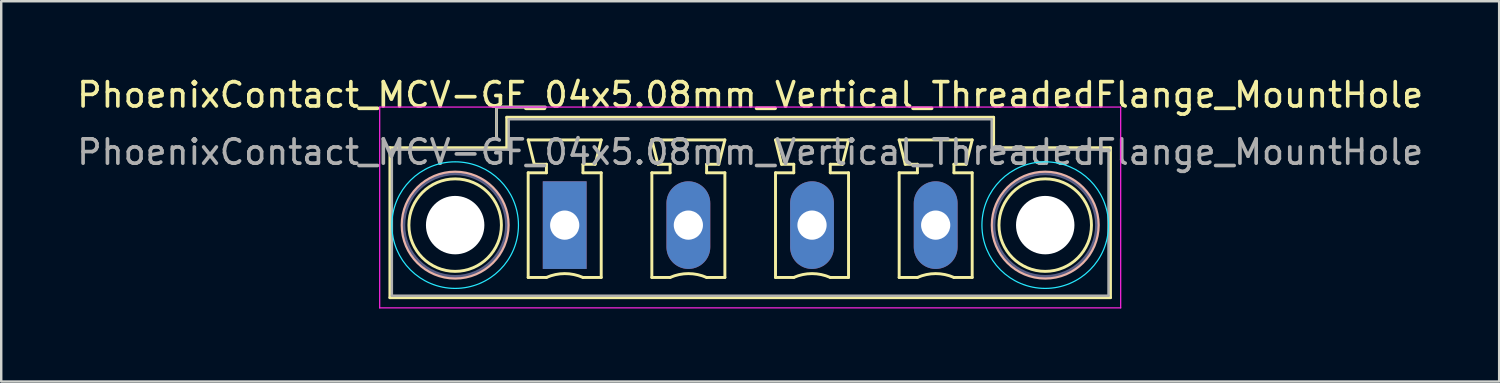
<source format=kicad_pcb>
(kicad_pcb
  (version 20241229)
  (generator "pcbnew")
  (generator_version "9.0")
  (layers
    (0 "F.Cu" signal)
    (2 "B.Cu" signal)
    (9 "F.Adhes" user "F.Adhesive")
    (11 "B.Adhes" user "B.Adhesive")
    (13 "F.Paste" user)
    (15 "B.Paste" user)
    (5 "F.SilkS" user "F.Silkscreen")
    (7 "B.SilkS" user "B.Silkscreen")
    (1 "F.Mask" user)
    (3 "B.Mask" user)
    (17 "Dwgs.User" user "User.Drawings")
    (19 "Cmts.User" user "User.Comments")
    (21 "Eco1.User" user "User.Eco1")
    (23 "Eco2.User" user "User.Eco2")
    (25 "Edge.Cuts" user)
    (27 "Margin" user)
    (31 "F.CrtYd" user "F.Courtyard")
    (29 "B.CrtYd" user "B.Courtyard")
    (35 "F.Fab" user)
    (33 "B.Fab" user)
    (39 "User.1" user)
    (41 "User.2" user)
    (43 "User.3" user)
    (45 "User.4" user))
  (footprint "PhoenixContact_MCV-GF_04x5.08mm_Vertical_ThreadedFlange_MountHole"
    (layer "F.Cu")
    (at 20.148 6.198)
    (property "Reference" "PhoenixContact_MCV-GF_04x5.08mm_Vertical_ThreadedFlange_MountHole" (at 7.62 -5.35 0) (layer "F.SilkS") (effects (font (size 1 1) (thickness 0.15))))
    (attr through_hole)
    (fp_line (start -7.18 -3.18) (end -7.18 2.98) (stroke (width 0.12) (type solid)) (layer "F.SilkS"))
    (fp_line (start -7.18 2.98) (end 22.42 2.98) (stroke (width 0.12) (type solid)) (layer "F.SilkS"))
    (fp_line (start -2.8 -4.85) (end -0.8 -4.85) (stroke (width 0.12) (type solid)) (layer "F.SilkS"))
    (fp_line (start -2.8 -3.6) (end -2.8 -4.85) (stroke (width 0.12) (type solid)) (layer "F.SilkS"))
    (fp_line (start -2.38 -4.43) (end -2.38 -3.18) (stroke (width 0.12) (type solid)) (layer "F.SilkS"))
    (fp_line (start -2.38 -3.18) (end -7.18 -3.18) (stroke (width 0.12) (type solid)) (layer "F.SilkS"))
    (fp_line (start -1.5 -3.5) (end 1.5 -3.5) (stroke (width 0.12) (type solid)) (layer "F.SilkS"))
    (fp_line (start -1.5 -2.15) (end -0.75 -2.15) (stroke (width 0.12) (type solid)) (layer "F.SilkS"))
    (fp_line (start -1.5 2.15) (end -1.5 -2.15) (stroke (width 0.12) (type solid)) (layer "F.SilkS"))
    (fp_line (start -1.25 -2.5) (end -1.5 -3.5) (stroke (width 0.12) (type solid)) (layer "F.SilkS"))
    (fp_line (start -0.75 -2.5) (end -1.25 -2.5) (stroke (width 0.12) (type solid)) (layer "F.SilkS"))
    (fp_line (start -0.75 -2.15) (end -0.75 -2.5) (stroke (width 0.12) (type solid)) (layer "F.SilkS"))
    (fp_line (start -0.75 2.15) (end -1.5 2.15) (stroke (width 0.12) (type solid)) (layer "F.SilkS"))
    (fp_line (start 0.75 -2.5) (end 0.75 -2.15) (stroke (width 0.12) (type solid)) (layer "F.SilkS"))
    (fp_line (start 0.75 -2.15) (end 1.5 -2.15) (stroke (width 0.12) (type solid)) (layer "F.SilkS"))
    (fp_line (start 1.25 -2.5) (end 0.75 -2.5) (stroke (width 0.12) (type solid)) (layer "F.SilkS"))
    (fp_line (start 1.5 -3.5) (end 1.25 -2.5) (stroke (width 0.12) (type solid)) (layer "F.SilkS"))
    (fp_line (start 1.5 -2.15) (end 1.5 2.15) (stroke (width 0.12) (type solid)) (layer "F.SilkS"))
    (fp_line (start 1.5 2.15) (end 0.75 2.15) (stroke (width 0.12) (type solid)) (layer "F.SilkS"))
    (fp_line (start 3.58 -3.5) (end 6.58 -3.5) (stroke (width 0.12) (type solid)) (layer "F.SilkS"))
    (fp_line (start 3.58 -2.15) (end 4.33 -2.15) (stroke (width 0.12) (type solid)) (layer "F.SilkS"))
    (fp_line (start 3.58 2.15) (end 3.58 -2.15) (stroke (width 0.12) (type solid)) (layer "F.SilkS"))
    (fp_line (start 3.83 -2.5) (end 3.58 -3.5) (stroke (width 0.12) (type solid)) (layer "F.SilkS"))
    (fp_line (start 4.33 -2.5) (end 3.83 -2.5) (stroke (width 0.12) (type solid)) (layer "F.SilkS"))
    (fp_line (start 4.33 -2.15) (end 4.33 -2.5) (stroke (width 0.12) (type solid)) (layer "F.SilkS"))
    (fp_line (start 4.33 2.15) (end 3.58 2.15) (stroke (width 0.12) (type solid)) (layer "F.SilkS"))
    (fp_line (start 5.83 -2.5) (end 5.83 -2.15) (stroke (width 0.12) (type solid)) (layer "F.SilkS"))
    (fp_line (start 5.83 -2.15) (end 6.58 -2.15) (stroke (width 0.12) (type solid)) (layer "F.SilkS"))
    (fp_line (start 6.33 -2.5) (end 5.83 -2.5) (stroke (width 0.12) (type solid)) (layer "F.SilkS"))
    (fp_line (start 6.58 -3.5) (end 6.33 -2.5) (stroke (width 0.12) (type solid)) (layer "F.SilkS"))
    (fp_line (start 6.58 -2.15) (end 6.58 2.15) (stroke (width 0.12) (type solid)) (layer "F.SilkS"))
    (fp_line (start 6.58 2.15) (end 5.83 2.15) (stroke (width 0.12) (type solid)) (layer "F.SilkS"))
    (fp_line (start 8.66 -3.5) (end 11.66 -3.5) (stroke (width 0.12) (type solid)) (layer "F.SilkS"))
    (fp_line (start 8.66 -2.15) (end 9.41 -2.15) (stroke (width 0.12) (type solid)) (layer "F.SilkS"))
    (fp_line (start 8.66 2.15) (end 8.66 -2.15) (stroke (width 0.12) (type solid)) (layer "F.SilkS"))
    (fp_line (start 8.91 -2.5) (end 8.66 -3.5) (stroke (width 0.12) (type solid)) (layer "F.SilkS"))
    (fp_line (start 9.41 -2.5) (end 8.91 -2.5) (stroke (width 0.12) (type solid)) (layer "F.SilkS"))
    (fp_line (start 9.41 -2.15) (end 9.41 -2.5) (stroke (width 0.12) (type solid)) (layer "F.SilkS"))
    (fp_line (start 9.41 2.15) (end 8.66 2.15) (stroke (width 0.12) (type solid)) (layer "F.SilkS"))
    (fp_line (start 10.91 -2.5) (end 10.91 -2.15) (stroke (width 0.12) (type solid)) (layer "F.SilkS"))
    (fp_line (start 10.91 -2.15) (end 11.66 -2.15) (stroke (width 0.12) (type solid)) (layer "F.SilkS"))
    (fp_line (start 11.41 -2.5) (end 10.91 -2.5) (stroke (width 0.12) (type solid)) (layer "F.SilkS"))
    (fp_line (start 11.66 -3.5) (end 11.41 -2.5) (stroke (width 0.12) (type solid)) (layer "F.SilkS"))
    (fp_line (start 11.66 -2.15) (end 11.66 2.15) (stroke (width 0.12) (type solid)) (layer "F.SilkS"))
    (fp_line (start 11.66 2.15) (end 10.91 2.15) (stroke (width 0.12) (type solid)) (layer "F.SilkS"))
    (fp_line (start 13.74 -3.5) (end 16.74 -3.5) (stroke (width 0.12) (type solid)) (layer "F.SilkS"))
    (fp_line (start 13.74 -2.15) (end 14.49 -2.15) (stroke (width 0.12) (type solid)) (layer "F.SilkS"))
    (fp_line (start 13.74 2.15) (end 13.74 -2.15) (stroke (width 0.12) (type solid)) (layer "F.SilkS"))
    (fp_line (start 13.99 -2.5) (end 13.74 -3.5) (stroke (width 0.12) (type solid)) (layer "F.SilkS"))
    (fp_line (start 14.49 -2.5) (end 13.99 -2.5) (stroke (width 0.12) (type solid)) (layer "F.SilkS"))
    (fp_line (start 14.49 -2.15) (end 14.49 -2.5) (stroke (width 0.12) (type solid)) (layer "F.SilkS"))
    (fp_line (start 14.49 2.15) (end 13.74 2.15) (stroke (width 0.12) (type solid)) (layer "F.SilkS"))
    (fp_line (start 15.99 -2.5) (end 15.99 -2.15) (stroke (width 0.12) (type solid)) (layer "F.SilkS"))
    (fp_line (start 15.99 -2.15) (end 16.74 -2.15) (stroke (width 0.12) (type solid)) (layer "F.SilkS"))
    (fp_line (start 16.49 -2.5) (end 15.99 -2.5) (stroke (width 0.12) (type solid)) (layer "F.SilkS"))
    (fp_line (start 16.74 -3.5) (end 16.49 -2.5) (stroke (width 0.12) (type solid)) (layer "F.SilkS"))
    (fp_line (start 16.74 -2.15) (end 16.74 2.15) (stroke (width 0.12) (type solid)) (layer "F.SilkS"))
    (fp_line (start 16.74 2.15) (end 15.99 2.15) (stroke (width 0.12) (type solid)) (layer "F.SilkS"))
    (fp_line (start 17.62 -4.43) (end -2.38 -4.43) (stroke (width 0.12) (type solid)) (layer "F.SilkS"))
    (fp_line (start 17.62 -3.18) (end 17.62 -4.43) (stroke (width 0.12) (type solid)) (layer "F.SilkS"))
    (fp_line (start 22.42 -3.18) (end 17.62 -3.18) (stroke (width 0.12) (type solid)) (layer "F.SilkS"))
    (fp_line (start 22.42 2.98) (end 22.42 -3.18) (stroke (width 0.12) (type solid)) (layer "F.SilkS"))
    (fp_arc (start -0.75 2.15) (mid -0.000193 1.99191) (end 0.749647 2.149844) (stroke (width 0.12) (type solid)) (layer "F.SilkS"))
    (fp_arc (start 4.33 2.15) (mid 5.079807 1.99191) (end 5.829647 2.149844) (stroke (width 0.12) (type solid)) (layer "F.SilkS"))
    (fp_arc (start 9.41 2.15) (mid 10.159807 1.99191) (end 10.909647 2.149844) (stroke (width 0.12) (type solid)) (layer "F.SilkS"))
    (fp_arc (start 14.49 2.15) (mid 15.239807 1.99191) (end 15.989647 2.149844) (stroke (width 0.12) (type solid)) (layer "F.SilkS"))
    (fp_circle (center -4.5 0) (end -2.6 0) (stroke (width 0.12) (type solid)) (fill no) (layer "F.SilkS"))
    (fp_circle (center 19.74 0) (end 21.64 0) (stroke (width 0.12) (type solid)) (fill no) (layer "F.SilkS"))
    (fp_circle (center -4.5 0) (end -2.32 0) (stroke (width 0.12) (type solid)) (fill no) (layer "B.SilkS"))
    (fp_circle (center 19.74 0) (end 21.92 0) (stroke (width 0.12) (type solid)) (fill no) (layer "B.SilkS"))
    (fp_circle (center -4.5 0) (end -1.9 0) (stroke (width 0.05) (type solid)) (fill no) (layer "B.CrtYd"))
    (fp_circle (center 19.74 0) (end 22.34 0) (stroke (width 0.05) (type solid)) (fill no) (layer "B.CrtYd"))
    (fp_line (start -7.6 -4.85) (end -7.6 3.4) (stroke (width 0.05) (type solid)) (layer "F.CrtYd"))
    (fp_line (start -7.6 3.4) (end 22.84 3.4) (stroke (width 0.05) (type solid)) (layer "F.CrtYd"))
    (fp_line (start 22.84 -4.85) (end -7.6 -4.85) (stroke (width 0.05) (type solid)) (layer "F.CrtYd"))
    (fp_line (start 22.84 3.4) (end 22.84 -4.85) (stroke (width 0.05) (type solid)) (layer "F.CrtYd"))
    (fp_circle (center -4.5 0) (end -2.4 0) (stroke (width 0.1) (type solid)) (fill no) (layer "B.Fab"))
    (fp_circle (center 19.74 0) (end 21.84 0) (stroke (width 0.1) (type solid)) (fill no) (layer "B.Fab"))
    (fp_line (start -7.1 -3.1) (end -7.1 2.9) (stroke (width 0.1) (type solid)) (layer "F.Fab"))
    (fp_line (start -7.1 2.9) (end 22.34 2.9) (stroke (width 0.1) (type solid)) (layer "F.Fab"))
    (fp_line (start -2.8 -4.85) (end -0.8 -4.85) (stroke (width 0.1) (type solid)) (layer "F.Fab"))
    (fp_line (start -2.8 -3.6) (end -2.8 -4.85) (stroke (width 0.1) (type solid)) (layer "F.Fab"))
    (fp_line (start -2.3 -4.35) (end -2.3 -3.1) (stroke (width 0.1) (type solid)) (layer "F.Fab"))
    (fp_line (start -2.3 -3.1) (end -7.1 -3.1) (stroke (width 0.1) (type solid)) (layer "F.Fab"))
    (fp_line (start 17.54 -4.35) (end -2.3 -4.35) (stroke (width 0.1) (type solid)) (layer "F.Fab"))
    (fp_line (start 17.54 -3.1) (end 17.54 -4.35) (stroke (width 0.1) (type solid)) (layer "F.Fab"))
    (fp_line (start 22.34 -3.1) (end 17.54 -3.1) (stroke (width 0.1) (type solid)) (layer "F.Fab"))
    (fp_line (start 22.34 2.9) (end 22.34 -3.1) (stroke (width 0.1) (type solid)) (layer "F.Fab"))
    (fp_text user "${REFERENCE}" (at 7.62 -3 0) (layer "F.Fab") (effects (font (size 1 1) (thickness 0.15))))
    (pad "" np_thru_hole circle (at -4.5 0) (size 2.4 2.4) (drill 2.4) (layers "*.Cu" "*.Mask"))
    (pad "" np_thru_hole circle (at 19.74 0) (size 2.4 2.4) (drill 2.4) (layers "*.Cu" "*.Mask"))
    (pad "1" thru_hole rect (at 0 0) (size 1.8 3.6) (drill 1.2) (layers "*.Cu" "*.Mask"))
    (pad "2" thru_hole oval (at 5.08 0) (size 1.8 3.6) (drill 1.2) (layers "*.Cu" "*.Mask"))
    (pad "3" thru_hole oval (at 10.16 0) (size 1.8 3.6) (drill 1.2) (layers "*.Cu" "*.Mask"))
    (pad "4" thru_hole oval (at 15.24 0) (size 1.8 3.6) (drill 1.2) (layers "*.Cu" "*.Mask")))
  (gr_rect
    (start -3 -3)
    (end 58.536 12.623)
    (stroke (width 0.1) (type default))
    (fill no)
    (layer "Edge.Cuts")))
</source>
